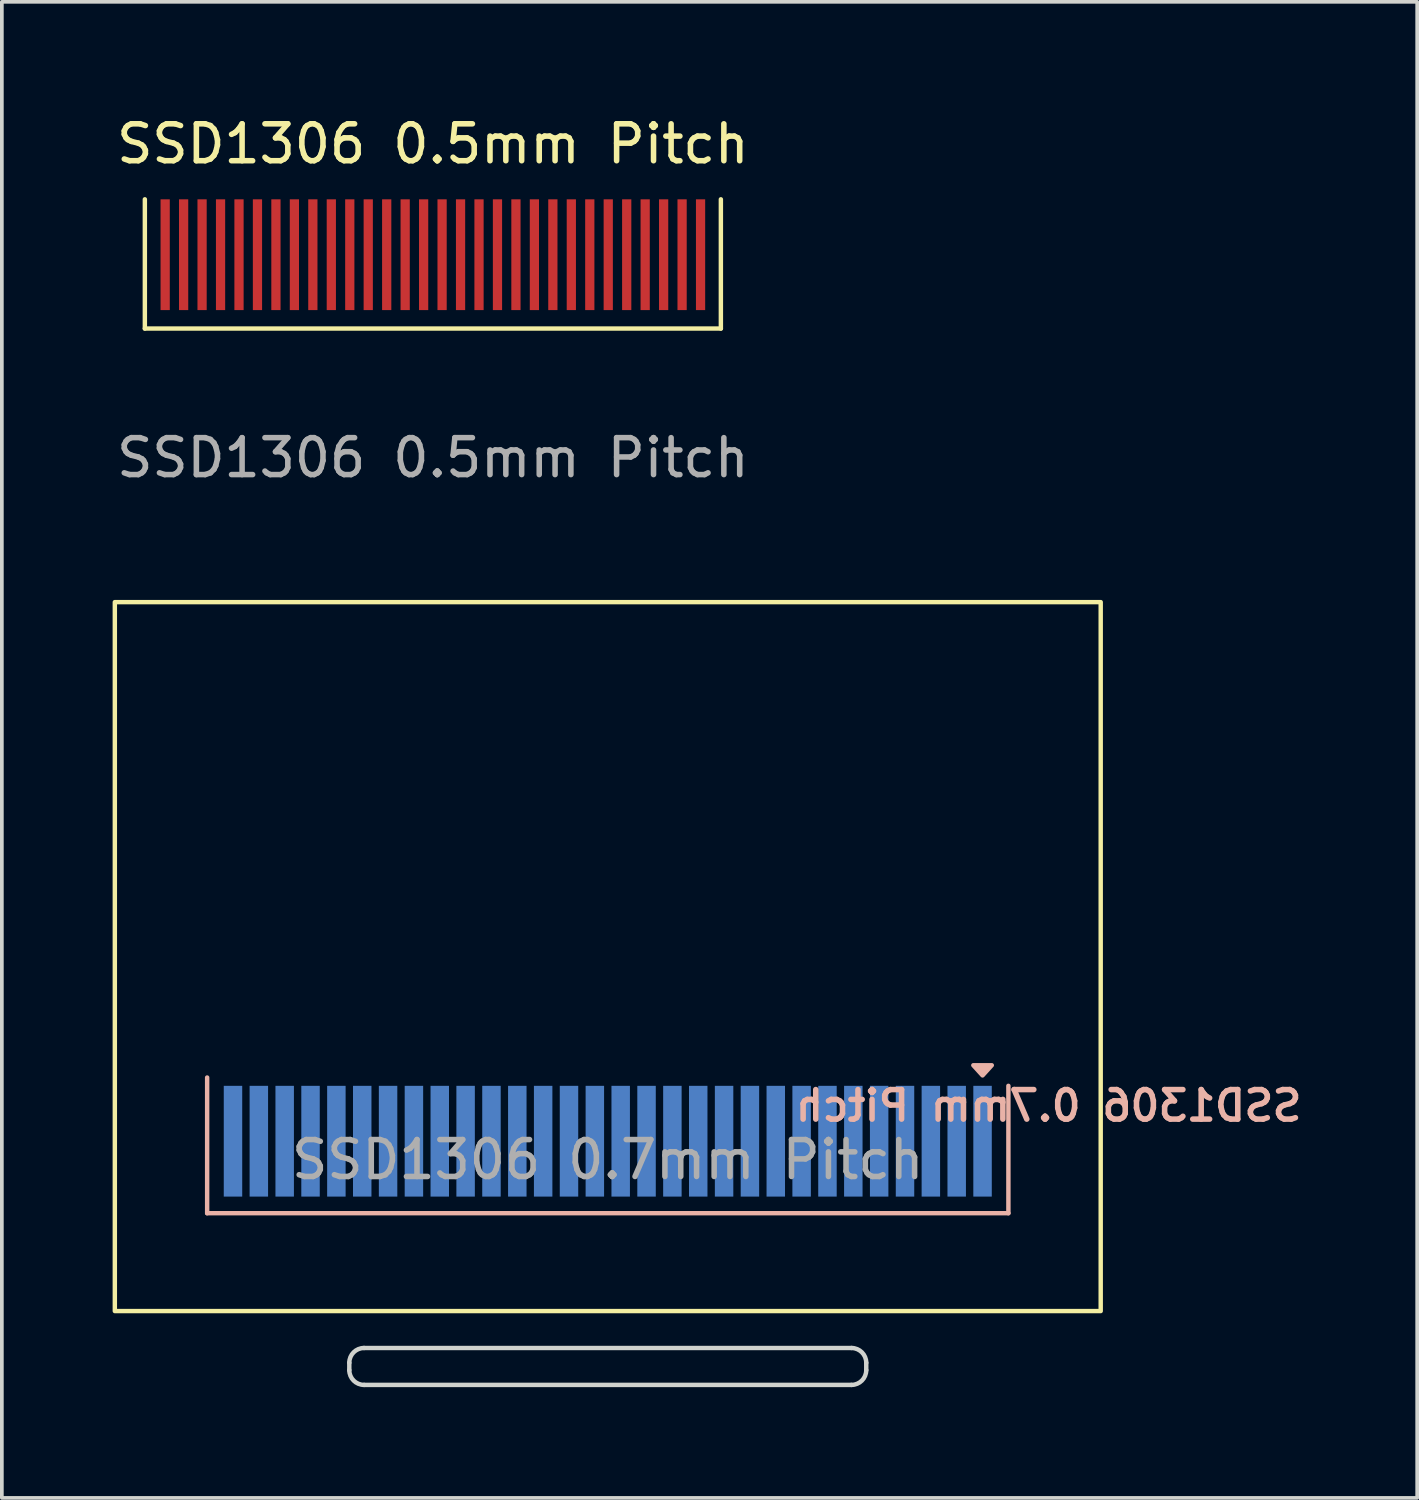
<source format=kicad_pcb>
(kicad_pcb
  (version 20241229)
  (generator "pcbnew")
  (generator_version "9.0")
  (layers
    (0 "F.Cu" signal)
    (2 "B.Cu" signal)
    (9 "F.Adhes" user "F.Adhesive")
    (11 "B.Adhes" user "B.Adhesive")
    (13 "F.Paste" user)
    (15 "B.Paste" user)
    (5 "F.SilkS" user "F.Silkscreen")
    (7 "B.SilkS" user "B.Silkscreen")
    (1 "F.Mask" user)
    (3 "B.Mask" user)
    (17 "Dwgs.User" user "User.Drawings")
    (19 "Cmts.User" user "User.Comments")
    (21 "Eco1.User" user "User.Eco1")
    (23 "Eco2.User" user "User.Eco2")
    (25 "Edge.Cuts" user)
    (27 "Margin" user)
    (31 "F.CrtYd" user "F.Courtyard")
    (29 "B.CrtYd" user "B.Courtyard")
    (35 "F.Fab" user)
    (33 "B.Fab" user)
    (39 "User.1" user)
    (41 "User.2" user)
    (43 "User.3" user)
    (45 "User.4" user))
  (footprint "SSD1306 0.5mm Pitch"
    (layer "F.Cu")
    (at 8.673 3.848)
    (property "Reference" "SSD1306 0.5mm Pitch" (at 0 -3 0) (unlocked yes) (layer "F.SilkS") (effects (font (size 1 1) (thickness 0.15))))
    (attr smd)
    (fp_line (start -7.8 -1.5) (end -7.8 2) (stroke (width 0.12) (type default)) (layer "F.SilkS"))
    (fp_line (start -7.8 2) (end 7.8 2) (stroke (width 0.12) (type default)) (layer "F.SilkS"))
    (fp_line (start 7.8 2) (end 7.8 -1.5) (stroke (width 0.12) (type default)) (layer "F.SilkS"))
    (fp_text user "${REFERENCE}" (at 0 5.5 0) (unlocked yes) (layer "F.Fab") (effects (font (size 1 1) (thickness 0.15))))
    (pad "1" smd rect (at -7.25 0) (size 0.25 3) (layers "F.Cu" "F.Mask" "F.Paste"))
    (pad "2" smd rect (at -6.75 0) (size 0.25 3) (layers "F.Cu" "F.Mask" "F.Paste"))
    (pad "3" smd rect (at -6.25 0) (size 0.25 3) (layers "F.Cu" "F.Mask" "F.Paste"))
    (pad "4" smd rect (at -5.75 0) (size 0.25 3) (layers "F.Cu" "F.Mask" "F.Paste"))
    (pad "5" smd rect (at -5.25 0) (size 0.25 3) (layers "F.Cu" "F.Mask" "F.Paste"))
    (pad "6" smd rect (at -4.75 0) (size 0.25 3) (layers "F.Cu" "F.Mask" "F.Paste"))
    (pad "7" smd rect (at -4.25 0) (size 0.25 3) (layers "F.Cu" "F.Mask" "F.Paste"))
    (pad "8" smd rect (at -3.75 0) (size 0.25 3) (layers "F.Cu" "F.Mask" "F.Paste"))
    (pad "9" smd rect (at -3.25 0) (size 0.25 3) (layers "F.Cu" "F.Mask" "F.Paste"))
    (pad "10" smd rect (at -2.75 0) (size 0.25 3) (layers "F.Cu" "F.Mask" "F.Paste"))
    (pad "11" smd rect (at -2.25 0) (size 0.25 3) (layers "F.Cu" "F.Mask" "F.Paste"))
    (pad "12" smd rect (at -1.75 0) (size 0.25 3) (layers "F.Cu" "F.Mask" "F.Paste"))
    (pad "13" smd rect (at -1.25 0) (size 0.25 3) (layers "F.Cu" "F.Mask" "F.Paste"))
    (pad "14" smd rect (at -0.75 0) (size 0.25 3) (layers "F.Cu" "F.Mask" "F.Paste"))
    (pad "15" smd rect (at -0.25 0) (size 0.25 3) (layers "F.Cu" "F.Mask" "F.Paste"))
    (pad "16" smd rect (at 0.25 0) (size 0.25 3) (layers "F.Cu" "F.Mask" "F.Paste"))
    (pad "17" smd rect (at 0.75 0) (size 0.25 3) (layers "F.Cu" "F.Mask" "F.Paste"))
    (pad "18" smd rect (at 1.25 0) (size 0.25 3) (layers "F.Cu" "F.Mask" "F.Paste"))
    (pad "19" smd rect (at 1.75 0) (size 0.25 3) (layers "F.Cu" "F.Mask" "F.Paste"))
    (pad "20" smd rect (at 2.25 0) (size 0.25 3) (layers "F.Cu" "F.Mask" "F.Paste"))
    (pad "21" smd rect (at 2.75 0) (size 0.25 3) (layers "F.Cu" "F.Mask" "F.Paste"))
    (pad "22" smd rect (at 3.25 0) (size 0.25 3) (layers "F.Cu" "F.Mask" "F.Paste"))
    (pad "23" smd rect (at 3.75 0) (size 0.25 3) (layers "F.Cu" "F.Mask" "F.Paste"))
    (pad "24" smd rect (at 4.25 0) (size 0.25 3) (layers "F.Cu" "F.Mask" "F.Paste"))
    (pad "25" smd rect (at 4.75 0) (size 0.25 3) (layers "F.Cu" "F.Mask" "F.Paste"))
    (pad "26" smd rect (at 5.25 0) (size 0.25 3) (layers "F.Cu" "F.Mask" "F.Paste"))
    (pad "27" smd rect (at 5.75 0) (size 0.25 3) (layers "F.Cu" "F.Mask" "F.Paste"))
    (pad "28" smd rect (at 6.25 0) (size 0.25 3) (layers "F.Cu" "F.Mask" "F.Paste"))
    (pad "29" smd rect (at 6.75 0) (size 0.25 3) (layers "F.Cu" "F.Mask" "F.Paste"))
    (pad "30" smd rect (at 7.25 0) (size 0.25 3) (layers "F.Cu" "F.Mask" "F.Paste")))
  (footprint "SSD1306 0.7mm Pitch"
    (layer "F.Cu")
    (at 13.41 22.857)
    (property "Reference" "SSD1306 0.7mm Pitch" (at 11.938 4.039 0) (unlocked yes) (layer "B.SilkS") (effects (font (size 0.8 0.8) (thickness 0.15)) (justify mirror)))
    (attr smd)
    (fp_rect (start -13.35 -9.6) (end 13.35 9.6) (stroke (width 0.12) (type default)) (fill no) (layer "F.SilkS"))
    (fp_line (start -10.85 6.95) (end -10.85 3.275) (stroke (width 0.12) (type default)) (layer "B.SilkS"))
    (fp_line (start 10.85 3.5) (end 10.85 6.95) (stroke (width 0.12) (type default)) (layer "B.SilkS"))
    (fp_line (start 10.85 6.95) (end -10.85 6.95) (stroke (width 0.12) (type default)) (layer "B.SilkS"))
    (fp_poly (pts (xy 10.15 3.218) (xy 9.9 2.943) (xy 10.4 2.943) (xy 10.15 3.218)) (stroke (width 0.12) (type solid)) (fill yes) (layer "B.SilkS"))
    (fp_line (start -7 11.2) (end -7 11) (stroke (width 0.12) (type default)) (layer "Edge.Cuts"))
    (fp_line (start -6.6 10.6) (end 6.6 10.6) (stroke (width 0.12) (type default)) (layer "Edge.Cuts"))
    (fp_line (start 6.6 11.6) (end -6.6 11.6) (stroke (width 0.12) (type default)) (layer "Edge.Cuts"))
    (fp_line (start 7 11) (end 7 11.2) (stroke (width 0.12) (type default)) (layer "Edge.Cuts"))
    (fp_arc (start -7 11) (mid -6.882843 10.717157) (end -6.6 10.6) (stroke (width 0.12) (type default)) (layer "Edge.Cuts"))
    (fp_arc (start -6.6 11.6) (mid -6.882843 11.482843) (end -7 11.2) (stroke (width 0.12) (type default)) (layer "Edge.Cuts"))
    (fp_arc (start 6.6 10.6) (mid 6.882843 10.717157) (end 7 11) (stroke (width 0.12) (type default)) (layer "Edge.Cuts"))
    (fp_arc (start 7 11.2) (mid 6.882843 11.482843) (end 6.6 11.6) (stroke (width 0.12) (type default)) (layer "Edge.Cuts"))
    (fp_text user "${REFERENCE}" (at 0 5.5 0) (unlocked yes) (layer "F.Fab") (effects (font (size 1 1) (thickness 0.15))))
    (pad "1" smd rect (at 10.15 5) (size 0.5 3) (layers "B.Cu" "B.Mask" "B.Paste"))
    (pad "2" smd rect (at 9.45 5) (size 0.5 3) (layers "B.Cu" "B.Mask" "B.Paste"))
    (pad "3" smd rect (at 8.75 5) (size 0.5 3) (layers "B.Cu" "B.Mask" "B.Paste"))
    (pad "4" smd rect (at 8.05 5) (size 0.5 3) (layers "B.Cu" "B.Mask" "B.Paste"))
    (pad "5" smd rect (at 7.35 5) (size 0.5 3) (layers "B.Cu" "B.Mask" "B.Paste"))
    (pad "6" smd rect (at 6.65 5) (size 0.5 3) (layers "B.Cu" "B.Mask" "B.Paste"))
    (pad "7" smd rect (at 5.95 5) (size 0.5 3) (layers "B.Cu" "B.Mask" "B.Paste"))
    (pad "8" smd rect (at 5.25 5) (size 0.5 3) (layers "B.Cu" "B.Mask" "B.Paste"))
    (pad "9" smd rect (at 4.55 5) (size 0.5 3) (layers "B.Cu" "B.Mask" "B.Paste"))
    (pad "10" smd rect (at 3.85 5) (size 0.5 3) (layers "B.Cu" "B.Mask" "B.Paste"))
    (pad "11" smd rect (at 3.15 5) (size 0.5 3) (layers "B.Cu" "B.Mask" "B.Paste"))
    (pad "12" smd rect (at 2.45 5) (size 0.5 3) (layers "B.Cu" "B.Mask" "B.Paste"))
    (pad "13" smd rect (at 1.75 5) (size 0.5 3) (layers "B.Cu" "B.Mask" "B.Paste"))
    (pad "14" smd rect (at 1.05 5) (size 0.5 3) (layers "B.Cu" "B.Mask" "B.Paste"))
    (pad "15" smd rect (at 0.35 5) (size 0.5 3) (layers "B.Cu" "B.Mask" "B.Paste"))
    (pad "16" smd rect (at -0.35 5) (size 0.5 3) (layers "B.Cu" "B.Mask" "B.Paste"))
    (pad "17" smd rect (at -1.05 5) (size 0.5 3) (layers "B.Cu" "B.Mask" "B.Paste"))
    (pad "18" smd rect (at -1.75 5) (size 0.5 3) (layers "B.Cu" "B.Mask" "B.Paste"))
    (pad "19" smd rect (at -2.45 5) (size 0.5 3) (layers "B.Cu" "B.Mask" "B.Paste"))
    (pad "20" smd rect (at -3.15 5) (size 0.5 3) (layers "B.Cu" "B.Mask" "B.Paste"))
    (pad "21" smd rect (at -3.85 5) (size 0.5 3) (layers "B.Cu" "B.Mask" "B.Paste"))
    (pad "22" smd rect (at -4.55 5) (size 0.5 3) (layers "B.Cu" "B.Mask" "B.Paste"))
    (pad "23" smd rect (at -5.25 5) (size 0.5 3) (layers "B.Cu" "B.Mask" "B.Paste"))
    (pad "24" smd rect (at -5.95 5) (size 0.5 3) (layers "B.Cu" "B.Mask" "B.Paste"))
    (pad "25" smd rect (at -6.65 5) (size 0.5 3) (layers "B.Cu" "B.Mask" "B.Paste"))
    (pad "26" smd rect (at -7.35 5) (size 0.5 3) (layers "B.Cu" "B.Mask" "B.Paste"))
    (pad "27" smd rect (at -8.05 5) (size 0.5 3) (layers "B.Cu" "B.Mask" "B.Paste"))
    (pad "28" smd rect (at -8.75 5) (size 0.5 3) (layers "B.Cu" "B.Mask" "B.Paste"))
    (pad "29" smd rect (at -9.45 5) (size 0.5 3) (layers "B.Cu" "B.Mask" "B.Paste"))
    (pad "30" smd rect (at -10.15 5) (size 0.5 3) (layers "B.Cu" "B.Mask" "B.Paste")))
  (gr_rect
    (start -3 -3)
    (end 35.331 37.517)
    (stroke (width 0.1) (type default))
    (fill no)
    (layer "Edge.Cuts")))
</source>
